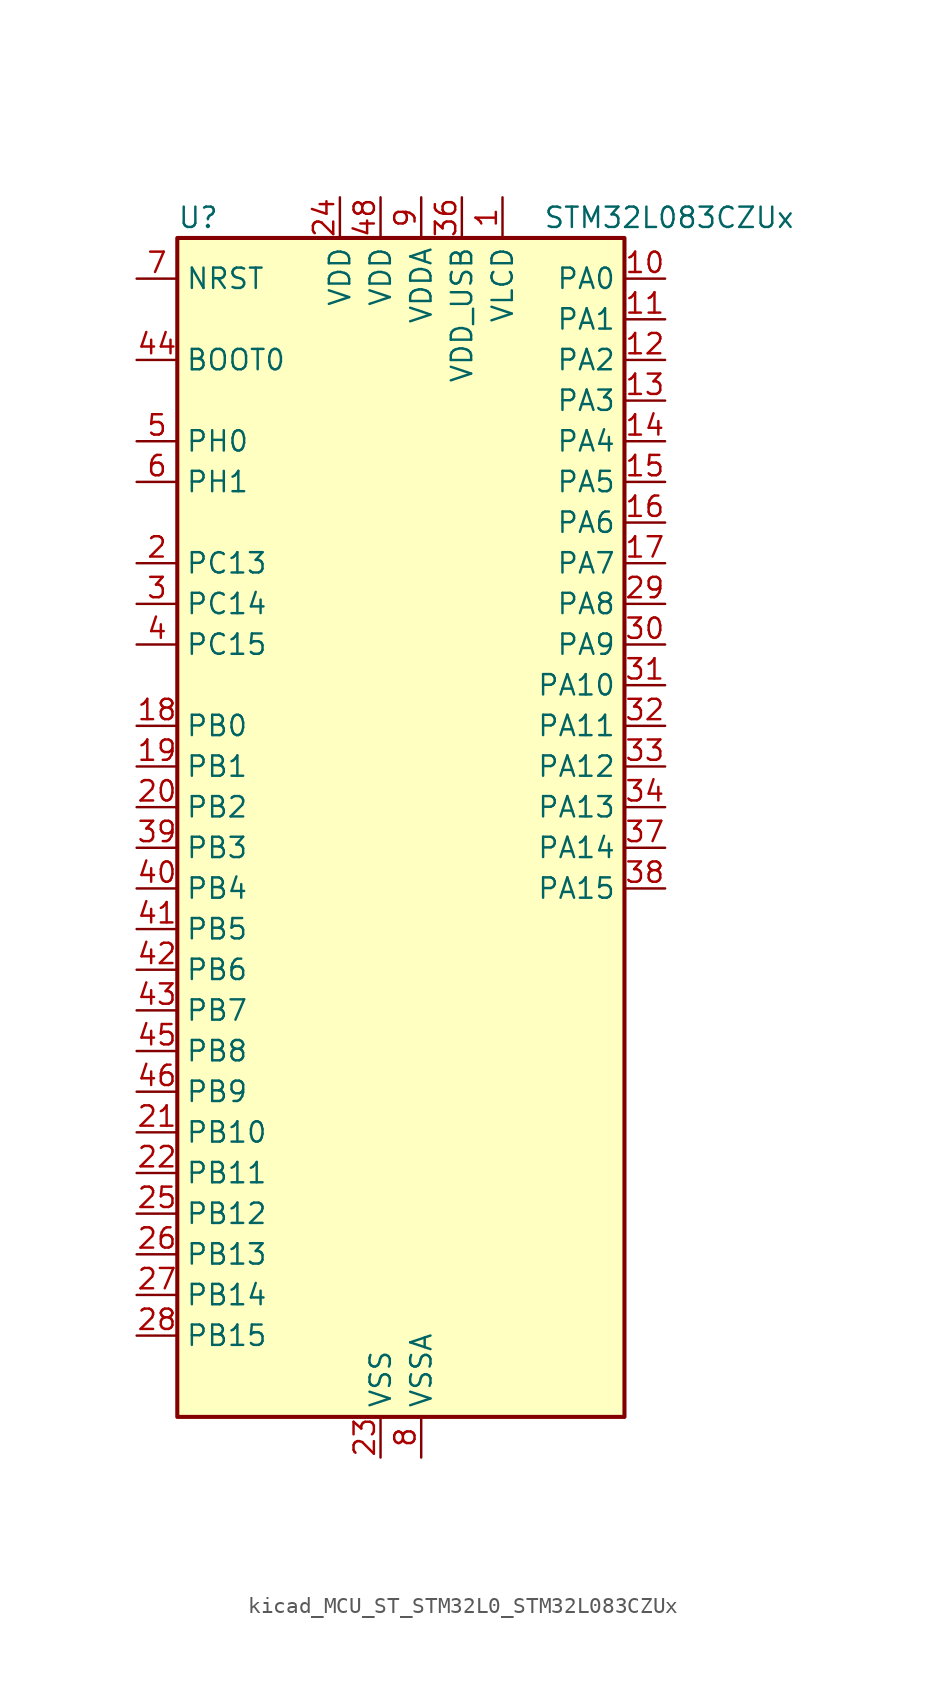
<source format=kicad_sym>
(kicad_symbol_lib
  (version 20220914)
  (generator kicad_symbol_editor)
  (symbol "kicad_MCU_ST_STM32L0_STM32L083CZUx"
    (property "Reference" "U"
      (at -12.7 39.37 0)
      (effects (font (size 1.27 1.27)) (justify left)))
    (property "Value" "STM32L083CZUx"
      (at 10.16 39.37 0)
      (effects (font (size 1.27 1.27)) (justify left)))
    (property "ki_locked" ""
      (at 0 0 0)
      (effects (font (size 1.27 1.27))))
    (symbol "kicad_MCU_ST_STM32L0_STM32L083CZUx_0_1"
      (rectangle (start -12.7 -35.56) (end 15.24 38.1) (stroke (width 0.254) (type default)) (fill (type background))))
    (symbol "kicad_MCU_ST_STM32L0_STM32L083CZUx_1_1"
      (pin power_in line (at 7.62 40.64 270) (length 2.54) (name "VLCD" (effects (font (size 1.27 1.27)))) (number "1" (effects (font (size 1.27 1.27)))))
      (pin bidirectional line (at 17.78 35.56 180) (length 2.54) (name "PA0" (effects (font (size 1.27 1.27)))) (number "10" (effects (font (size 1.27 1.27)))) (alternate "ADC_IN0" bidirectional line) (alternate "COMP1_INM" bidirectional line) (alternate "COMP1_OUT" bidirectional line) (alternate "RTC_TAMP2" bidirectional line) (alternate "SYS_WKUP1" bidirectional line) (alternate "TIM2_CH1" bidirectional line) (alternate "TIM2_ETR" bidirectional line) (alternate "TSC_G1_IO1" bidirectional line) (alternate "USART2_CTS" bidirectional line) (alternate "USART4_TX" bidirectional line))
      (pin bidirectional line (at 17.78 33.02 180) (length 2.54) (name "PA1" (effects (font (size 1.27 1.27)))) (number "11" (effects (font (size 1.27 1.27)))) (alternate "ADC_IN1" bidirectional line) (alternate "COMP1_INP" bidirectional line) (alternate "LCD_SEG0" bidirectional line) (alternate "TIM21_ETR" bidirectional line) (alternate "TIM2_CH2" bidirectional line) (alternate "TSC_G1_IO2" bidirectional line) (alternate "USART2_DE" bidirectional line) (alternate "USART2_RTS" bidirectional line) (alternate "USART4_RX" bidirectional line))
      (pin bidirectional line (at 17.78 30.48 180) (length 2.54) (name "PA2" (effects (font (size 1.27 1.27)))) (number "12" (effects (font (size 1.27 1.27)))) (alternate "ADC_IN2" bidirectional line) (alternate "COMP2_INM" bidirectional line) (alternate "COMP2_OUT" bidirectional line) (alternate "LCD_SEG1" bidirectional line) (alternate "LPUART1_TX" bidirectional line) (alternate "TIM21_CH1" bidirectional line) (alternate "TIM2_CH3" bidirectional line) (alternate "TSC_G1_IO3" bidirectional line) (alternate "USART2_TX" bidirectional line))
      (pin bidirectional line (at 17.78 27.94 180) (length 2.54) (name "PA3" (effects (font (size 1.27 1.27)))) (number "13" (effects (font (size 1.27 1.27)))) (alternate "ADC_IN3" bidirectional line) (alternate "COMP2_INP" bidirectional line) (alternate "LCD_SEG2" bidirectional line) (alternate "LPUART1_RX" bidirectional line) (alternate "TIM21_CH2" bidirectional line) (alternate "TIM2_CH4" bidirectional line) (alternate "TSC_G1_IO4" bidirectional line) (alternate "USART2_RX" bidirectional line))
      (pin bidirectional line (at 17.78 25.4 180) (length 2.54) (name "PA4" (effects (font (size 1.27 1.27)))) (number "14" (effects (font (size 1.27 1.27)))) (alternate "ADC_IN4" bidirectional line) (alternate "COMP1_INM" bidirectional line) (alternate "COMP2_INM" bidirectional line) (alternate "DAC_OUT1" bidirectional line) (alternate "SPI1_NSS" bidirectional line) (alternate "TIM22_ETR" bidirectional line) (alternate "TSC_G2_IO1" bidirectional line) (alternate "USART2_CK" bidirectional line))
      (pin bidirectional line (at 17.78 22.86 180) (length 2.54) (name "PA5" (effects (font (size 1.27 1.27)))) (number "15" (effects (font (size 1.27 1.27)))) (alternate "ADC_IN5" bidirectional line) (alternate "COMP1_INM" bidirectional line) (alternate "COMP2_INM" bidirectional line) (alternate "DAC_OUT2" bidirectional line) (alternate "SPI1_SCK" bidirectional line) (alternate "TIM2_CH1" bidirectional line) (alternate "TIM2_ETR" bidirectional line) (alternate "TSC_G2_IO2" bidirectional line))
      (pin bidirectional line (at 17.78 20.32 180) (length 2.54) (name "PA6" (effects (font (size 1.27 1.27)))) (number "16" (effects (font (size 1.27 1.27)))) (alternate "ADC_IN6" bidirectional line) (alternate "COMP1_OUT" bidirectional line) (alternate "LCD_SEG3" bidirectional line) (alternate "LPUART1_CTS" bidirectional line) (alternate "SPI1_MISO" bidirectional line) (alternate "TIM22_CH1" bidirectional line) (alternate "TIM3_CH1" bidirectional line) (alternate "TSC_G2_IO3" bidirectional line))
      (pin bidirectional line (at 17.78 17.78 180) (length 2.54) (name "PA7" (effects (font (size 1.27 1.27)))) (number "17" (effects (font (size 1.27 1.27)))) (alternate "ADC_IN7" bidirectional line) (alternate "COMP2_OUT" bidirectional line) (alternate "LCD_SEG4" bidirectional line) (alternate "SPI1_MOSI" bidirectional line) (alternate "TIM22_CH2" bidirectional line) (alternate "TIM3_CH2" bidirectional line) (alternate "TSC_G2_IO4" bidirectional line))
      (pin bidirectional line (at -15.24 7.62 0) (length 2.54) (name "PB0" (effects (font (size 1.27 1.27)))) (number "18" (effects (font (size 1.27 1.27)))) (alternate "ADC_IN8" bidirectional line) (alternate "LCD_SEG5" bidirectional line) (alternate "LCD_VLCD3" bidirectional line) (alternate "SYS_VREF_OUT_PB0" bidirectional line) (alternate "TIM3_CH3" bidirectional line) (alternate "TSC_G3_IO2" bidirectional line))
      (pin bidirectional line (at -15.24 5.08 0) (length 2.54) (name "PB1" (effects (font (size 1.27 1.27)))) (number "19" (effects (font (size 1.27 1.27)))) (alternate "ADC_IN9" bidirectional line) (alternate "LCD_SEG6" bidirectional line) (alternate "LPUART1_DE" bidirectional line) (alternate "LPUART1_RTS" bidirectional line) (alternate "SYS_VREF_OUT_PB1" bidirectional line) (alternate "TIM3_CH4" bidirectional line) (alternate "TSC_G3_IO3" bidirectional line))
      (pin bidirectional line (at -15.24 17.78 0) (length 2.54) (name "PC13" (effects (font (size 1.27 1.27)))) (number "2" (effects (font (size 1.27 1.27)))) (alternate "RTC_OUT_ALARM" bidirectional line) (alternate "RTC_OUT_CALIB" bidirectional line) (alternate "RTC_TAMP1" bidirectional line) (alternate "RTC_TS" bidirectional line) (alternate "SYS_WKUP2" bidirectional line))
      (pin bidirectional line (at -15.24 2.54 0) (length 2.54) (name "PB2" (effects (font (size 1.27 1.27)))) (number "20" (effects (font (size 1.27 1.27)))) (alternate "I2C3_SMBA" bidirectional line) (alternate "LCD_VLCD2" bidirectional line) (alternate "LPTIM1_OUT" bidirectional line) (alternate "TSC_G3_IO4" bidirectional line))
      (pin bidirectional line (at -15.24 -17.78 0) (length 2.54) (name "PB10" (effects (font (size 1.27 1.27)))) (number "21" (effects (font (size 1.27 1.27)))) (alternate "I2C2_SCL" bidirectional line) (alternate "LCD_SEG10" bidirectional line) (alternate "LPUART1_RX" bidirectional line) (alternate "LPUART1_TX" bidirectional line) (alternate "SPI2_SCK" bidirectional line) (alternate "TIM2_CH3" bidirectional line) (alternate "TSC_SYNC" bidirectional line))
      (pin bidirectional line (at -15.24 -20.32 0) (length 2.54) (name "PB11" (effects (font (size 1.27 1.27)))) (number "22" (effects (font (size 1.27 1.27)))) (alternate "ADC_EXTI11" bidirectional line) (alternate "I2C2_SDA" bidirectional line) (alternate "LCD_SEG11" bidirectional line) (alternate "LPUART1_RX" bidirectional line) (alternate "LPUART1_TX" bidirectional line) (alternate "TIM2_CH4" bidirectional line) (alternate "TSC_G6_IO1" bidirectional line))
      (pin power_in line (at 0 -38.1 90) (length 2.54) (name "VSS" (effects (font (size 1.27 1.27)))) (number "23" (effects (font (size 1.27 1.27)))))
      (pin power_in line (at -2.54 40.64 270) (length 2.54) (name "VDD" (effects (font (size 1.27 1.27)))) (number "24" (effects (font (size 1.27 1.27)))))
      (pin bidirectional line (at -15.24 -22.86 0) (length 2.54) (name "PB12" (effects (font (size 1.27 1.27)))) (number "25" (effects (font (size 1.27 1.27)))) (alternate "I2S2_WS" bidirectional line) (alternate "LCD_SEG12" bidirectional line) (alternate "LCD_VLCD2" bidirectional line) (alternate "LPUART1_DE" bidirectional line) (alternate "LPUART1_RTS" bidirectional line) (alternate "SPI2_NSS" bidirectional line) (alternate "TSC_G6_IO2" bidirectional line))
      (pin bidirectional line (at -15.24 -25.4 0) (length 2.54) (name "PB13" (effects (font (size 1.27 1.27)))) (number "26" (effects (font (size 1.27 1.27)))) (alternate "I2C2_SCL" bidirectional line) (alternate "I2S2_CK" bidirectional line) (alternate "LCD_SEG13" bidirectional line) (alternate "LPUART1_CTS" bidirectional line) (alternate "RCC_MCO" bidirectional line) (alternate "SPI2_SCK" bidirectional line) (alternate "TIM21_CH1" bidirectional line) (alternate "TSC_G6_IO3" bidirectional line))
      (pin bidirectional line (at -15.24 -27.94 0) (length 2.54) (name "PB14" (effects (font (size 1.27 1.27)))) (number "27" (effects (font (size 1.27 1.27)))) (alternate "I2C2_SDA" bidirectional line) (alternate "I2S2_MCK" bidirectional line) (alternate "LCD_SEG14" bidirectional line) (alternate "LPUART1_DE" bidirectional line) (alternate "LPUART1_RTS" bidirectional line) (alternate "RTC_OUT_ALARM" bidirectional line) (alternate "RTC_OUT_CALIB" bidirectional line) (alternate "SPI2_MISO" bidirectional line) (alternate "TIM21_CH2" bidirectional line) (alternate "TSC_G6_IO4" bidirectional line))
      (pin bidirectional line (at -15.24 -30.48 0) (length 2.54) (name "PB15" (effects (font (size 1.27 1.27)))) (number "28" (effects (font (size 1.27 1.27)))) (alternate "I2S2_SD" bidirectional line) (alternate "LCD_SEG15" bidirectional line) (alternate "RTC_REFIN" bidirectional line) (alternate "SPI2_MOSI" bidirectional line))
      (pin bidirectional line (at 17.78 15.24 180) (length 2.54) (name "PA8" (effects (font (size 1.27 1.27)))) (number "29" (effects (font (size 1.27 1.27)))) (alternate "CRS_SYNC" bidirectional line) (alternate "I2C3_SCL" bidirectional line) (alternate "LCD_COM0" bidirectional line) (alternate "RCC_MCO" bidirectional line) (alternate "USART1_CK" bidirectional line))
      (pin bidirectional line (at -15.24 15.24 0) (length 2.54) (name "PC14" (effects (font (size 1.27 1.27)))) (number "3" (effects (font (size 1.27 1.27)))) (alternate "RCC_OSC32_IN" bidirectional line))
      (pin bidirectional line (at 17.78 12.7 180) (length 2.54) (name "PA9" (effects (font (size 1.27 1.27)))) (number "30" (effects (font (size 1.27 1.27)))) (alternate "DAC_EXTI9" bidirectional line) (alternate "I2C1_SCL" bidirectional line) (alternate "I2C3_SMBA" bidirectional line) (alternate "LCD_COM1" bidirectional line) (alternate "RCC_MCO" bidirectional line) (alternate "TSC_G4_IO1" bidirectional line) (alternate "USART1_TX" bidirectional line))
      (pin bidirectional line (at 17.78 10.16 180) (length 2.54) (name "PA10" (effects (font (size 1.27 1.27)))) (number "31" (effects (font (size 1.27 1.27)))) (alternate "I2C1_SDA" bidirectional line) (alternate "LCD_COM2" bidirectional line) (alternate "TSC_G4_IO2" bidirectional line) (alternate "USART1_RX" bidirectional line))
      (pin bidirectional line (at 17.78 7.62 180) (length 2.54) (name "PA11" (effects (font (size 1.27 1.27)))) (number "32" (effects (font (size 1.27 1.27)))) (alternate "ADC_EXTI11" bidirectional line) (alternate "COMP1_OUT" bidirectional line) (alternate "SPI1_MISO" bidirectional line) (alternate "TSC_G4_IO3" bidirectional line) (alternate "USART1_CTS" bidirectional line) (alternate "USB_DM" bidirectional line))
      (pin bidirectional line (at 17.78 5.08 180) (length 2.54) (name "PA12" (effects (font (size 1.27 1.27)))) (number "33" (effects (font (size 1.27 1.27)))) (alternate "COMP2_OUT" bidirectional line) (alternate "SPI1_MOSI" bidirectional line) (alternate "TSC_G4_IO4" bidirectional line) (alternate "USART1_DE" bidirectional line) (alternate "USART1_RTS" bidirectional line) (alternate "USB_DP" bidirectional line))
      (pin bidirectional line (at 17.78 2.54 180) (length 2.54) (name "PA13" (effects (font (size 1.27 1.27)))) (number "34" (effects (font (size 1.27 1.27)))) (alternate "LPUART1_RX" bidirectional line) (alternate "SYS_SWDIO" bidirectional line) (alternate "USB_NOE" bidirectional line))
      (pin passive line (at 0 -38.1 90) (length 2.54) hide (name "VSS" (effects (font (size 1.27 1.27)))) (number "35" (effects (font (size 1.27 1.27)))))
      (pin power_in line (at 5.08 40.64 270) (length 2.54) (name "VDD_USB" (effects (font (size 1.27 1.27)))) (number "36" (effects (font (size 1.27 1.27)))))
      (pin bidirectional line (at 17.78 0 180) (length 2.54) (name "PA14" (effects (font (size 1.27 1.27)))) (number "37" (effects (font (size 1.27 1.27)))) (alternate "LPUART1_TX" bidirectional line) (alternate "SYS_SWCLK" bidirectional line) (alternate "USART2_TX" bidirectional line))
      (pin bidirectional line (at 17.78 -2.54 180) (length 2.54) (name "PA15" (effects (font (size 1.27 1.27)))) (number "38" (effects (font (size 1.27 1.27)))) (alternate "LCD_SEG17" bidirectional line) (alternate "SPI1_NSS" bidirectional line) (alternate "TIM2_CH1" bidirectional line) (alternate "TIM2_ETR" bidirectional line) (alternate "USART2_RX" bidirectional line) (alternate "USART4_DE" bidirectional line) (alternate "USART4_RTS" bidirectional line))
      (pin bidirectional line (at -15.24 0 0) (length 2.54) (name "PB3" (effects (font (size 1.27 1.27)))) (number "39" (effects (font (size 1.27 1.27)))) (alternate "COMP2_INM" bidirectional line) (alternate "LCD_SEG7" bidirectional line) (alternate "SPI1_SCK" bidirectional line) (alternate "TIM2_CH2" bidirectional line) (alternate "TSC_G5_IO1" bidirectional line) (alternate "USART1_DE" bidirectional line) (alternate "USART1_RTS" bidirectional line) (alternate "USART5_TX" bidirectional line))
      (pin bidirectional line (at -15.24 12.7 0) (length 2.54) (name "PC15" (effects (font (size 1.27 1.27)))) (number "4" (effects (font (size 1.27 1.27)))) (alternate "RCC_OSC32_OUT" bidirectional line))
      (pin bidirectional line (at -15.24 -2.54 0) (length 2.54) (name "PB4" (effects (font (size 1.27 1.27)))) (number "40" (effects (font (size 1.27 1.27)))) (alternate "COMP2_INP" bidirectional line) (alternate "I2C3_SDA" bidirectional line) (alternate "LCD_SEG8" bidirectional line) (alternate "SPI1_MISO" bidirectional line) (alternate "TIM22_CH1" bidirectional line) (alternate "TIM3_CH1" bidirectional line) (alternate "TSC_G5_IO2" bidirectional line) (alternate "USART1_CTS" bidirectional line) (alternate "USART5_RX" bidirectional line))
      (pin bidirectional line (at -15.24 -5.08 0) (length 2.54) (name "PB5" (effects (font (size 1.27 1.27)))) (number "41" (effects (font (size 1.27 1.27)))) (alternate "COMP2_INP" bidirectional line) (alternate "I2C1_SMBA" bidirectional line) (alternate "LCD_SEG9" bidirectional line) (alternate "LPTIM1_IN1" bidirectional line) (alternate "SPI1_MOSI" bidirectional line) (alternate "TIM22_CH2" bidirectional line) (alternate "TIM3_CH2" bidirectional line) (alternate "USART1_CK" bidirectional line) (alternate "USART5_CK" bidirectional line) (alternate "USART5_DE" bidirectional line) (alternate "USART5_RTS" bidirectional line))
      (pin bidirectional line (at -15.24 -7.62 0) (length 2.54) (name "PB6" (effects (font (size 1.27 1.27)))) (number "42" (effects (font (size 1.27 1.27)))) (alternate "COMP2_INP" bidirectional line) (alternate "I2C1_SCL" bidirectional line) (alternate "LPTIM1_ETR" bidirectional line) (alternate "TSC_G5_IO3" bidirectional line) (alternate "USART1_TX" bidirectional line))
      (pin bidirectional line (at -15.24 -10.16 0) (length 2.54) (name "PB7" (effects (font (size 1.27 1.27)))) (number "43" (effects (font (size 1.27 1.27)))) (alternate "COMP2_INP" bidirectional line) (alternate "I2C1_SDA" bidirectional line) (alternate "LPTIM1_IN2" bidirectional line) (alternate "SYS_PVD_IN" bidirectional line) (alternate "TSC_G5_IO4" bidirectional line) (alternate "USART1_RX" bidirectional line) (alternate "USART4_CTS" bidirectional line))
      (pin input line (at -15.24 30.48 0) (length 2.54) (name "BOOT0" (effects (font (size 1.27 1.27)))) (number "44" (effects (font (size 1.27 1.27)))))
      (pin bidirectional line (at -15.24 -12.7 0) (length 2.54) (name "PB8" (effects (font (size 1.27 1.27)))) (number "45" (effects (font (size 1.27 1.27)))) (alternate "I2C1_SCL" bidirectional line) (alternate "LCD_SEG16" bidirectional line) (alternate "TSC_SYNC" bidirectional line))
      (pin bidirectional line (at -15.24 -15.24 0) (length 2.54) (name "PB9" (effects (font (size 1.27 1.27)))) (number "46" (effects (font (size 1.27 1.27)))) (alternate "DAC_EXTI9" bidirectional line) (alternate "I2C1_SDA" bidirectional line) (alternate "I2S2_WS" bidirectional line) (alternate "LCD_COM3" bidirectional line) (alternate "SPI2_NSS" bidirectional line))
      (pin passive line (at 0 -38.1 90) (length 2.54) hide (name "VSS" (effects (font (size 1.27 1.27)))) (number "47" (effects (font (size 1.27 1.27)))))
      (pin power_in line (at 0 40.64 270) (length 2.54) (name "VDD" (effects (font (size 1.27 1.27)))) (number "48" (effects (font (size 1.27 1.27)))))
      (pin passive line (at 0 -38.1 90) (length 2.54) hide (name "VSS" (effects (font (size 1.27 1.27)))) (number "49" (effects (font (size 1.27 1.27)))))
      (pin bidirectional line (at -15.24 25.4 0) (length 2.54) (name "PH0" (effects (font (size 1.27 1.27)))) (number "5" (effects (font (size 1.27 1.27)))) (alternate "CRS_SYNC" bidirectional line) (alternate "RCC_OSC_IN" bidirectional line))
      (pin bidirectional line (at -15.24 22.86 0) (length 2.54) (name "PH1" (effects (font (size 1.27 1.27)))) (number "6" (effects (font (size 1.27 1.27)))) (alternate "RCC_OSC_OUT" bidirectional line))
      (pin input line (at -15.24 35.56 0) (length 2.54) (name "NRST" (effects (font (size 1.27 1.27)))) (number "7" (effects (font (size 1.27 1.27)))))
      (pin power_in line (at 2.54 -38.1 90) (length 2.54) (name "VSSA" (effects (font (size 1.27 1.27)))) (number "8" (effects (font (size 1.27 1.27)))))
      (pin power_in line (at 2.54 40.64 270) (length 2.54) (name "VDDA" (effects (font (size 1.27 1.27)))) (number "9" (effects (font (size 1.27 1.27))))))))
</source>
